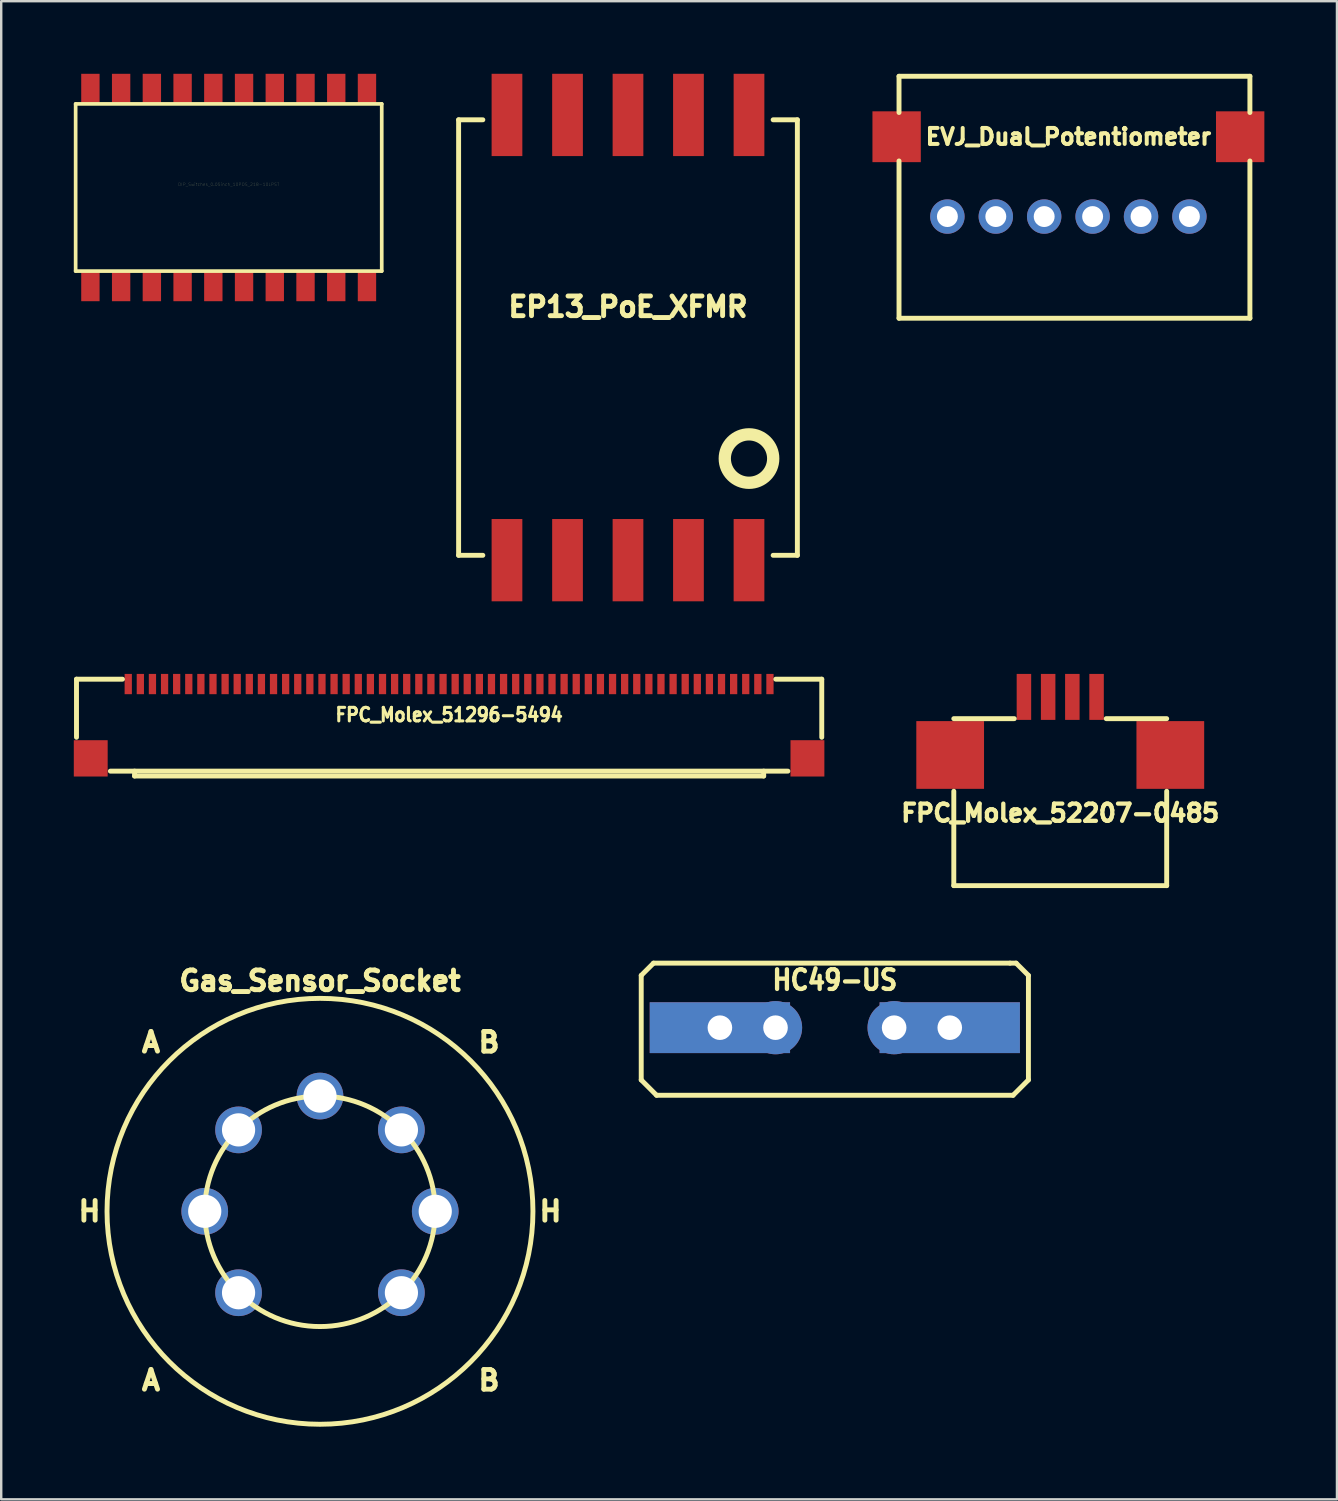
<source format=kicad_pcb>
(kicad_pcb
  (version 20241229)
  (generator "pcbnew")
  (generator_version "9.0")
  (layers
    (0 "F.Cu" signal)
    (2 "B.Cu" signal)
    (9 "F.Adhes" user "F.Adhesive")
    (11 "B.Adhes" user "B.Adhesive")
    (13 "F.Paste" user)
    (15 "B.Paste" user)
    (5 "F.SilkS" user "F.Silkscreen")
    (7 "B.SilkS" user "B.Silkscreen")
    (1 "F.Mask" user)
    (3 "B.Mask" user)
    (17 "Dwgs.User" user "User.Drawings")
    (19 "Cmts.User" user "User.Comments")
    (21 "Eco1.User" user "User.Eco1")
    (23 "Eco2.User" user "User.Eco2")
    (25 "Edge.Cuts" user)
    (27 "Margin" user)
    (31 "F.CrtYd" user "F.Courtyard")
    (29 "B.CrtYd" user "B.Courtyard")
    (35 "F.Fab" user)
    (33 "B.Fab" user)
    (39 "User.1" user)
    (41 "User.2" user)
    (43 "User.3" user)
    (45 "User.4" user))
  (footprint "FPC_Molex_52207-0485"
    (layer "F.Cu")
    (at 40.767 25.751)
    (property "Reference" "FPC_Molex_52207-0485" (at 0 4.801 0) (layer "F.SilkS") (effects (font (size 0.711 0.711) (thickness 0.203))))
    (attr through_hole)
    (fp_line (start -4.399 0.899) (end -1.9 0.899) (stroke (width 0.203) (type solid)) (layer "F.SilkS"))
    (fp_line (start -4.399 3.899) (end -4.399 7.8) (stroke (width 0.203) (type solid)) (layer "F.SilkS"))
    (fp_line (start -4.399 7.8) (end 4.399 7.8) (stroke (width 0.203) (type solid)) (layer "F.SilkS"))
    (fp_line (start 4.399 0.899) (end 1.9 0.899) (stroke (width 0.203) (type solid)) (layer "F.SilkS"))
    (fp_line (start 4.399 7.8) (end 4.399 3.899) (stroke (width 0.203) (type solid)) (layer "F.SilkS"))
    (pad "1" smd rect (at -1.501 0) (size 0.599 1.9) (layers "F.Cu" "F.Mask" "F.Paste"))
    (pad "2" smd rect (at -0.5 0) (size 0.599 1.9) (layers "F.Cu" "F.Mask" "F.Paste"))
    (pad "3" smd rect (at 0.5 0) (size 0.599 1.9) (layers "F.Cu" "F.Mask" "F.Paste"))
    (pad "4" smd rect (at 1.501 0) (size 0.599 1.9) (layers "F.Cu" "F.Mask" "F.Paste"))
    (pad "5" smd rect (at -4.549 2.4) (size 2.799 2.799) (layers "F.Cu" "F.Mask" "F.Paste"))
    (pad "5" smd rect (at 4.549 2.4) (size 2.799 2.799) (layers "F.Cu" "F.Mask" "F.Paste")))
  (footprint "FPC_Molex_51296-5494"
    (layer "F.Cu")
    (at 15.511 25.22)
    (property "Reference" "FPC_Molex_51296-5494" (at 0 1.27 0) (layer "F.SilkS") (effects (font (size 0.559 0.508) (thickness 0.127))))
    (attr smd)
    (fp_line (start -15.4 -0.201) (end -15.4 2.2) (stroke (width 0.203) (type solid)) (layer "F.SilkS"))
    (fp_line (start -15.4 -0.201) (end -13.5 -0.201) (stroke (width 0.203) (type solid)) (layer "F.SilkS"))
    (fp_line (start -14 3.599) (end 14 3.599) (stroke (width 0.203) (type solid)) (layer "F.SilkS"))
    (fp_line (start -13 3.599) (end -13 3.8) (stroke (width 0.203) (type solid)) (layer "F.SilkS"))
    (fp_line (start -13 3.8) (end 13 3.8) (stroke (width 0.203) (type solid)) (layer "F.SilkS"))
    (fp_line (start 13 3.8) (end 13 3.599) (stroke (width 0.203) (type solid)) (layer "F.SilkS"))
    (fp_line (start 15.4 -0.201) (end 13.5 -0.201) (stroke (width 0.203) (type solid)) (layer "F.SilkS"))
    (fp_line (start 15.4 -0.201) (end 15.4 2.2) (stroke (width 0.203) (type solid)) (layer "F.SilkS"))
    (pad "1" smd rect (at -13.261 0) (size 0.3 0.838) (layers "F.Cu" "F.Mask" "F.Paste"))
    (pad "2" smd rect (at -12.761 0) (size 0.3 0.838) (layers "F.Cu" "F.Mask" "F.Paste"))
    (pad "3" smd rect (at -12.261 0) (size 0.3 0.838) (layers "F.Cu" "F.Mask" "F.Paste"))
    (pad "4" smd rect (at -11.76 0) (size 0.3 0.838) (layers "F.Cu" "F.Mask" "F.Paste"))
    (pad "5" smd rect (at -11.26 0) (size 0.3 0.838) (layers "F.Cu" "F.Mask" "F.Paste"))
    (pad "6" smd rect (at -10.759 0) (size 0.3 0.838) (layers "F.Cu" "F.Mask" "F.Paste"))
    (pad "7" smd rect (at -10.259 0) (size 0.3 0.838) (layers "F.Cu" "F.Mask" "F.Paste"))
    (pad "8" smd rect (at -9.759 0) (size 0.3 0.838) (layers "F.Cu" "F.Mask" "F.Paste"))
    (pad "9" smd rect (at -9.258 0) (size 0.3 0.838) (layers "F.Cu" "F.Mask" "F.Paste"))
    (pad "10" smd rect (at -8.758 0) (size 0.3 0.838) (layers "F.Cu" "F.Mask" "F.Paste"))
    (pad "11" smd rect (at -8.258 0) (size 0.3 0.838) (layers "F.Cu" "F.Mask" "F.Paste"))
    (pad "12" smd rect (at -7.757 0) (size 0.3 0.838) (layers "F.Cu" "F.Mask" "F.Paste"))
    (pad "13" smd rect (at -7.257 0) (size 0.3 0.838) (layers "F.Cu" "F.Mask" "F.Paste"))
    (pad "14" smd rect (at -6.756 0) (size 0.3 0.838) (layers "F.Cu" "F.Mask" "F.Paste"))
    (pad "15" smd rect (at -6.256 0) (size 0.3 0.838) (layers "F.Cu" "F.Mask" "F.Paste"))
    (pad "16" smd rect (at -5.756 0) (size 0.3 0.838) (layers "F.Cu" "F.Mask" "F.Paste"))
    (pad "17" smd rect (at -5.255 0) (size 0.3 0.838) (layers "F.Cu" "F.Mask" "F.Paste"))
    (pad "18" smd rect (at -4.755 0) (size 0.3 0.838) (layers "F.Cu" "F.Mask" "F.Paste"))
    (pad "19" smd rect (at -4.255 0) (size 0.3 0.838) (layers "F.Cu" "F.Mask" "F.Paste"))
    (pad "20" smd rect (at -3.754 0) (size 0.3 0.838) (layers "F.Cu" "F.Mask" "F.Paste"))
    (pad "21" smd rect (at -3.254 0) (size 0.3 0.838) (layers "F.Cu" "F.Mask" "F.Paste"))
    (pad "22" smd rect (at -2.753 0) (size 0.3 0.838) (layers "F.Cu" "F.Mask" "F.Paste"))
    (pad "23" smd rect (at -2.253 0) (size 0.3 0.838) (layers "F.Cu" "F.Mask" "F.Paste"))
    (pad "24" smd rect (at -1.753 0) (size 0.3 0.838) (layers "F.Cu" "F.Mask" "F.Paste"))
    (pad "25" smd rect (at -1.252 0) (size 0.3 0.838) (layers "F.Cu" "F.Mask" "F.Paste"))
    (pad "26" smd rect (at -0.752 0) (size 0.3 0.838) (layers "F.Cu" "F.Mask" "F.Paste"))
    (pad "27" smd rect (at -0.251 0) (size 0.3 0.838) (layers "F.Cu" "F.Mask" "F.Paste"))
    (pad "28" smd rect (at 0.249 0) (size 0.3 0.838) (layers "F.Cu" "F.Mask" "F.Paste"))
    (pad "29" smd rect (at 0.749 0) (size 0.3 0.838) (layers "F.Cu" "F.Mask" "F.Paste"))
    (pad "30" smd rect (at 1.25 0) (size 0.3 0.838) (layers "F.Cu" "F.Mask" "F.Paste"))
    (pad "31" smd rect (at 1.75 0) (size 0.3 0.838) (layers "F.Cu" "F.Mask" "F.Paste"))
    (pad "32" smd rect (at 2.25 0) (size 0.3 0.838) (layers "F.Cu" "F.Mask" "F.Paste"))
    (pad "33" smd rect (at 2.751 0) (size 0.3 0.838) (layers "F.Cu" "F.Mask" "F.Paste"))
    (pad "34" smd rect (at 3.251 0) (size 0.3 0.838) (layers "F.Cu" "F.Mask" "F.Paste"))
    (pad "35" smd rect (at 3.752 0) (size 0.3 0.838) (layers "F.Cu" "F.Mask" "F.Paste"))
    (pad "36" smd rect (at 4.252 0) (size 0.3 0.838) (layers "F.Cu" "F.Mask" "F.Paste"))
    (pad "37" smd rect (at 4.752 0) (size 0.3 0.838) (layers "F.Cu" "F.Mask" "F.Paste"))
    (pad "38" smd rect (at 5.253 0) (size 0.3 0.838) (layers "F.Cu" "F.Mask" "F.Paste"))
    (pad "39" smd rect (at 5.753 0) (size 0.3 0.838) (layers "F.Cu" "F.Mask" "F.Paste"))
    (pad "40" smd rect (at 6.253 0) (size 0.3 0.838) (layers "F.Cu" "F.Mask" "F.Paste"))
    (pad "41" smd rect (at 6.754 0) (size 0.3 0.838) (layers "F.Cu" "F.Mask" "F.Paste"))
    (pad "42" smd rect (at 7.254 0) (size 0.3 0.838) (layers "F.Cu" "F.Mask" "F.Paste"))
    (pad "43" smd rect (at 7.755 0) (size 0.3 0.838) (layers "F.Cu" "F.Mask" "F.Paste"))
    (pad "44" smd rect (at 8.255 0) (size 0.3 0.838) (layers "F.Cu" "F.Mask" "F.Paste"))
    (pad "45" smd rect (at 8.755 0) (size 0.3 0.838) (layers "F.Cu" "F.Mask" "F.Paste"))
    (pad "46" smd rect (at 9.256 0) (size 0.3 0.838) (layers "F.Cu" "F.Mask" "F.Paste"))
    (pad "47" smd rect (at 9.756 0) (size 0.3 0.838) (layers "F.Cu" "F.Mask" "F.Paste"))
    (pad "48" smd rect (at 10.257 0) (size 0.3 0.838) (layers "F.Cu" "F.Mask" "F.Paste"))
    (pad "49" smd rect (at 10.757 0) (size 0.3 0.838) (layers "F.Cu" "F.Mask" "F.Paste"))
    (pad "50" smd rect (at 11.257 0) (size 0.3 0.838) (layers "F.Cu" "F.Mask" "F.Paste"))
    (pad "51" smd rect (at 11.758 0) (size 0.3 0.838) (layers "F.Cu" "F.Mask" "F.Paste"))
    (pad "52" smd rect (at 12.258 0) (size 0.3 0.838) (layers "F.Cu" "F.Mask" "F.Paste"))
    (pad "53" smd rect (at 12.758 0) (size 0.3 0.838) (layers "F.Cu" "F.Mask" "F.Paste"))
    (pad "54" smd rect (at 13.259 0) (size 0.3 0.838) (layers "F.Cu" "F.Mask" "F.Paste"))
    (pad "55" smd rect (at -14.811 3.071) (size 1.4 1.501) (layers "F.Cu" "F.Mask" "F.Paste"))
    (pad "55" smd rect (at 14.808 3.071) (size 1.4 1.501) (layers "F.Cu" "F.Mask" "F.Paste")))
  (footprint "HC49-US"
    (layer "F.Cu")
    (at 31.451 39.421)
    (property "Reference" "HC49-US" (at 0 -1.968 0) (layer "F.SilkS") (effects (font (size 0.813 0.711) (thickness 0.178))))
    (attr smd)
    (fp_line (start -8.001 -2.159) (end -8.001 2.159) (stroke (width 0.203) (type solid)) (layer "F.SilkS"))
    (fp_line (start -8.001 -2.159) (end -7.493 -2.667) (stroke (width 0.203) (type solid)) (layer "F.SilkS"))
    (fp_line (start -8.001 2.159) (end -7.366 2.794) (stroke (width 0.203) (type solid)) (layer "F.SilkS"))
    (fp_line (start -7.493 -2.667) (end 7.239 -2.667) (stroke (width 0.203) (type solid)) (layer "F.SilkS"))
    (fp_line (start -7.366 2.794) (end 7.366 2.794) (stroke (width 0.203) (type solid)) (layer "F.SilkS"))
    (fp_line (start 7.239 -2.667) (end 7.493 -2.667) (stroke (width 0.203) (type solid)) (layer "F.SilkS"))
    (fp_line (start 7.366 2.794) (end 8.001 2.159) (stroke (width 0.203) (type solid)) (layer "F.SilkS"))
    (fp_line (start 7.493 -2.667) (end 8.001 -2.159) (stroke (width 0.203) (type solid)) (layer "F.SilkS"))
    (fp_line (start 8.001 -2.159) (end 8.001 2.159) (stroke (width 0.203) (type solid)) (layer "F.SilkS"))
    (pad "1" thru_hole rect (at -4.75 0) (size 5.799 2.101) (drill 1.016) (layers "F.Cu" "F.Mask" "F.Paste"))
    (pad "1" thru_hole circle (at -2.451 0) (size 2.2 2.2) (drill 1.016) (layers "*.Cu" "*.Mask"))
    (pad "2" thru_hole circle (at 2.451 0) (size 2.2 2.2) (drill 1.016) (layers "*.Cu" "*.Mask"))
    (pad "2" thru_hole rect (at 4.75 0) (size 5.799 2.101) (drill 1.016) (layers "F.Cu" "F.Mask" "F.Paste")))
  (footprint "EP13_PoE_XFMR"
    (layer "F.Cu")
    (at 22.903 10.9)
    (property "Reference" "EP13_PoE_XFMR" (at 0 -1.27 0) (layer "F.SilkS") (effects (font (size 0.813 0.813) (thickness 0.203))))
    (attr through_hole)
    (fp_line (start -7 -8.999) (end -7 8.999) (stroke (width 0.203) (type solid)) (layer "F.SilkS"))
    (fp_line (start -7 -8.999) (end -5.999 -8.999) (stroke (width 0.203) (type solid)) (layer "F.SilkS"))
    (fp_line (start -7 8.999) (end -5.999 8.999) (stroke (width 0.203) (type solid)) (layer "F.SilkS"))
    (fp_line (start 5.999 8.999) (end 7 8.999) (stroke (width 0.203) (type solid)) (layer "F.SilkS"))
    (fp_line (start 7 -8.999) (end 5.999 -8.999) (stroke (width 0.203) (type solid)) (layer "F.SilkS"))
    (fp_line (start 7 8.999) (end 7 -8.999) (stroke (width 0.203) (type solid)) (layer "F.SilkS"))
    (fp_circle (center 5.001 5.001) (end 6.002 5.001) (stroke (width 0.508) (type solid)) (fill no) (layer "F.SilkS"))
    (pad "1" smd rect (at 5.001 9.2) (size 1.27 3.401) (layers "F.Cu" "F.Mask" "F.Paste"))
    (pad "2" smd rect (at 2.499 9.2) (size 1.27 3.401) (layers "F.Cu" "F.Mask" "F.Paste"))
    (pad "3" smd rect (at 0 9.2) (size 1.27 3.401) (layers "F.Cu" "F.Mask" "F.Paste"))
    (pad "4" smd rect (at -2.499 9.2) (size 1.27 3.401) (layers "F.Cu" "F.Mask" "F.Paste"))
    (pad "5" smd rect (at -5.001 9.2) (size 1.27 3.401) (layers "F.Cu" "F.Mask" "F.Paste"))
    (pad "6" smd rect (at -5.001 -9.2) (size 1.27 3.401) (layers "F.Cu" "F.Mask" "F.Paste"))
    (pad "7" smd rect (at -2.499 -9.2) (size 1.27 3.401) (layers "F.Cu" "F.Mask" "F.Paste"))
    (pad "8" smd rect (at 0 -9.2) (size 1.27 3.401) (layers "F.Cu" "F.Mask" "F.Paste"))
    (pad "9" smd rect (at 2.499 -9.2) (size 1.27 3.401) (layers "F.Cu" "F.Mask" "F.Paste"))
    (pad "10" smd rect (at 5.001 -9.2) (size 1.27 3.401) (layers "F.Cu" "F.Mask" "F.Paste")))
  (footprint "DIP_Switches_0.05inch_10POS_218-10LPST"
    (layer "F.Cu")
    (at 6.401 4.699)
    (property "Reference" "DIP_Switches_0.05inch_10POS_218-10LPST" (at 0 -0.127 0) (layer "F.SilkS") (effects (font (size 0.127 0.127) (thickness 0.003))))
    (attr smd)
    (fp_line (start -6.325 -3.454) (end -6.325 3.454) (stroke (width 0.152) (type solid)) (layer "F.SilkS"))
    (fp_line (start -6.325 3.454) (end 6.325 3.454) (stroke (width 0.152) (type solid)) (layer "F.SilkS"))
    (fp_line (start 6.325 -3.454) (end -6.325 -3.454) (stroke (width 0.152) (type solid)) (layer "F.SilkS"))
    (fp_line (start 6.325 3.454) (end 6.325 -3.454) (stroke (width 0.152) (type solid)) (layer "F.SilkS"))
    (pad "1" smd rect (at -5.715 4.064) (size 0.759 1.27) (layers "F.Cu" "F.Mask" "F.Paste"))
    (pad "2" smd rect (at -4.445 4.064) (size 0.759 1.27) (layers "F.Cu" "F.Mask" "F.Paste"))
    (pad "3" smd rect (at -3.175 4.064) (size 0.759 1.27) (layers "F.Cu" "F.Mask" "F.Paste"))
    (pad "4" smd rect (at -1.905 4.064) (size 0.759 1.27) (layers "F.Cu" "F.Mask" "F.Paste"))
    (pad "5" smd rect (at -0.635 4.064) (size 0.759 1.27) (layers "F.Cu" "F.Mask" "F.Paste"))
    (pad "6" smd rect (at 0.635 4.064) (size 0.759 1.27) (layers "F.Cu" "F.Mask" "F.Paste"))
    (pad "7" smd rect (at 1.905 4.064) (size 0.759 1.27) (layers "F.Cu" "F.Mask" "F.Paste"))
    (pad "8" smd rect (at 3.175 4.064) (size 0.759 1.27) (layers "F.Cu" "F.Mask" "F.Paste"))
    (pad "9" smd rect (at 4.445 4.064) (size 0.759 1.27) (layers "F.Cu" "F.Mask" "F.Paste"))
    (pad "10" smd rect (at 5.715 4.064) (size 0.759 1.27) (layers "F.Cu" "F.Mask" "F.Paste"))
    (pad "11" smd rect (at 5.715 -4.064) (size 0.759 1.27) (layers "F.Cu" "F.Mask" "F.Paste"))
    (pad "12" smd rect (at 4.445 -4.064) (size 0.759 1.27) (layers "F.Cu" "F.Mask" "F.Paste"))
    (pad "13" smd rect (at 3.175 -4.064) (size 0.759 1.27) (layers "F.Cu" "F.Mask" "F.Paste"))
    (pad "14" smd rect (at 1.905 -4.064) (size 0.759 1.27) (layers "F.Cu" "F.Mask" "F.Paste"))
    (pad "15" smd rect (at 0.635 -4.064) (size 0.759 1.27) (layers "F.Cu" "F.Mask" "F.Paste"))
    (pad "16" smd rect (at -0.635 -4.064) (size 0.759 1.27) (layers "F.Cu" "F.Mask" "F.Paste"))
    (pad "17" smd rect (at -1.905 -4.064) (size 0.759 1.27) (layers "F.Cu" "F.Mask" "F.Paste"))
    (pad "18" smd rect (at -3.175 -4.064) (size 0.759 1.27) (layers "F.Cu" "F.Mask" "F.Paste"))
    (pad "19" smd rect (at -4.445 -4.064) (size 0.759 1.27) (layers "F.Cu" "F.Mask" "F.Paste"))
    (pad "20" smd rect (at -5.715 -4.064) (size 0.759 1.27) (layers "F.Cu" "F.Mask" "F.Paste")))
  (footprint "EVJ_Dual_Potentiometer"
    (layer "F.Cu")
    (at 41.104 2.601)
    (property "Reference" "EVJ_Dual_Potentiometer" (at 0 0 0) (layer "F.SilkS") (effects (font (size 0.66 0.66) (thickness 0.165))))
    (attr through_hole)
    (fp_line (start -7 -2.499) (end 7.501 -2.499) (stroke (width 0.203) (type solid)) (layer "F.SilkS"))
    (fp_line (start -7 -1.001) (end -7 -2.499) (stroke (width 0.203) (type solid)) (layer "F.SilkS"))
    (fp_line (start -7 7.501) (end -7 1.001) (stroke (width 0.203) (type solid)) (layer "F.SilkS"))
    (fp_line (start -7 7.501) (end 7.501 7.501) (stroke (width 0.203) (type solid)) (layer "F.SilkS"))
    (fp_line (start 7.501 -2.499) (end 7.501 -1.001) (stroke (width 0.203) (type solid)) (layer "F.SilkS"))
    (fp_line (start 7.501 7.501) (end 7.501 1.001) (stroke (width 0.203) (type solid)) (layer "F.SilkS"))
    (pad "1" thru_hole circle (at -5.001 3.299) (size 1.422 1.422) (drill 0.864) (layers "*.Cu" "*.Mask"))
    (pad "2" thru_hole circle (at -3 3.299) (size 1.422 1.422) (drill 0.864) (layers "*.Cu" "*.Mask"))
    (pad "3" thru_hole circle (at -1.001 3.299) (size 1.422 1.422) (drill 0.864) (layers "*.Cu" "*.Mask"))
    (pad "4" thru_hole circle (at 1.001 3.299) (size 1.422 1.422) (drill 0.864) (layers "*.Cu" "*.Mask"))
    (pad "5" thru_hole circle (at 3.002 3.299) (size 1.422 1.422) (drill 0.864) (layers "*.Cu" "*.Mask"))
    (pad "6" thru_hole circle (at 5.001 3.299) (size 1.422 1.422) (drill 0.864) (layers "*.Cu" "*.Mask"))
    (pad "7" smd rect (at -7.099 0) (size 1.999 2.101) (layers "F.Cu" "F.Mask"))
    (pad "7" smd rect (at 7.099 0) (size 1.999 2.101) (layers "F.Cu" "F.Mask")))
  (footprint "Gas_Sensor_Socket"
    (layer "F.Cu")
    (at 10.174 47.01)
    (property "Reference" "Gas_Sensor_Socket" (at 0 -9.525 0) (layer "F.SilkS") (effects (font (size 0.813 0.813) (thickness 0.203))))
    (attr through_hole)
    (fp_circle (center 0 0) (end 4.763 0) (stroke (width 0.203) (type solid)) (fill no) (layer "F.SilkS"))
    (fp_circle (center 0 0) (end 8.801 0) (stroke (width 0.203) (type solid)) (fill no) (layer "F.SilkS"))
    (fp_text user "B" (at 6.985 -6.985 0) (layer "F.SilkS") (effects (font (size 0.813 0.813) (thickness 0.203))))
    (fp_text user "H" (at -9.525 0 0) (layer "F.SilkS") (effects (font (size 0.813 0.813) (thickness 0.203))))
    (fp_text user "A" (at -6.985 6.985 0) (layer "F.SilkS") (effects (font (size 0.813 0.813) (thickness 0.203))))
    (fp_text user "B" (at 6.985 6.985 0) (layer "F.SilkS") (effects (font (size 0.813 0.813) (thickness 0.203))))
    (fp_text user "A" (at -6.985 -6.985 0) (layer "F.SilkS") (effects (font (size 0.813 0.813) (thickness 0.203))))
    (fp_text user "H" (at 9.525 0 0) (layer "F.SilkS") (effects (font (size 0.813 0.813) (thickness 0.203))))
    (pad "1" thru_hole circle (at 0 -4.763) (size 1.93 1.93) (drill 1.372) (layers "*.Cu" "*.Mask"))
    (pad "2" thru_hole circle (at 3.365 -3.365) (size 1.93 1.93) (drill 1.372) (layers "*.Cu" "*.Mask"))
    (pad "3" thru_hole circle (at 4.763 0) (size 1.93 1.93) (drill 1.372) (layers "*.Cu" "*.Mask"))
    (pad "4" thru_hole circle (at 3.365 3.365) (size 1.93 1.93) (drill 1.372) (layers "*.Cu" "*.Mask"))
    (pad "5" thru_hole circle (at -3.365 3.365) (size 1.93 1.93) (drill 1.372) (layers "*.Cu" "*.Mask"))
    (pad "6" thru_hole circle (at -4.763 0) (size 1.93 1.93) (drill 1.372) (layers "*.Cu" "*.Mask"))
    (pad "7" thru_hole circle (at -3.365 -3.365) (size 1.93 1.93) (drill 1.372) (layers "*.Cu" "*.Mask")))
  (gr_rect
    (start -3 -3)
    (end 52.203 58.913)
    (stroke (width 0.1) (type default))
    (fill no)
    (layer "Edge.Cuts")))
</source>
